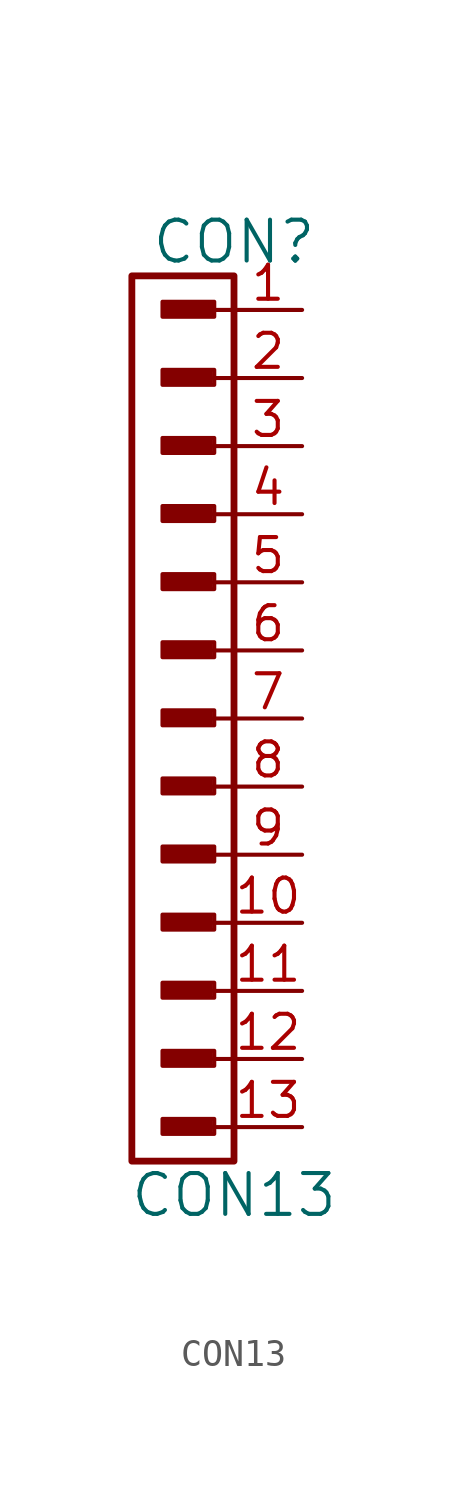
<source format=kicad_sym>
(kicad_symbol_lib
  (version 20211014)
  (generator kicad_symbol_editor)
  (symbol "CON13"
    (pin_names
      (offset 1.016))
    (property "Reference" "CON"
      (at 0 15.24 0)
      (effects (font (size 1.524 1.524))))
    (property "Value" "CON13"
      (at 0 -20.32 0)
      (effects (font (size 1.524 1.524))))
    (symbol "CON13_1_0"
      (rectangle (start -2.642 -17.932) (end -0.864 -17.577) (stroke (width 0) (type default) (color 0 0 0 0)) (fill (type none)))
      (rectangle (start -2.642 -15.392) (end -0.864 -15.037) (stroke (width 0) (type default) (color 0 0 0 0)) (fill (type none)))
      (rectangle (start -2.642 -12.852) (end -0.864 -12.497) (stroke (width 0) (type default) (color 0 0 0 0)) (fill (type none)))
      (rectangle (start -2.642 -10.312) (end -0.864 -9.957) (stroke (width 0) (type default) (color 0 0 0 0)) (fill (type none)))
      (rectangle (start -2.642 -5.232) (end -0.864 -4.877) (stroke (width 0) (type default) (color 0 0 0 0)) (fill (type none)))
      (rectangle (start -2.642 -2.692) (end -0.864 -2.337) (stroke (width 0) (type default) (color 0 0 0 0)) (fill (type none)))
      (rectangle (start -2.642 -0.152) (end -0.864 0.203) (stroke (width 0) (type default) (color 0 0 0 0)) (fill (type none)))
      (rectangle (start -2.642 2.388) (end -0.864 2.743) (stroke (width 0) (type default) (color 0 0 0 0)) (fill (type none)))
      (rectangle (start -2.642 4.928) (end -0.864 5.283) (stroke (width 0) (type default) (color 0 0 0 0)) (fill (type none)))
      (rectangle (start -2.642 7.468) (end -0.864 7.823) (stroke (width 0) (type default) (color 0 0 0 0)) (fill (type none)))
      (rectangle (start -2.642 10.008) (end -0.864 10.363) (stroke (width 0) (type default) (color 0 0 0 0)) (fill (type none)))
      (rectangle (start -2.616 -17.831) (end -0.965 -17.729) (stroke (width 0) (type default) (color 0 0 0 0)) (fill (type none)))
      (rectangle (start -2.616 -15.291) (end -0.965 -15.189) (stroke (width 0) (type default) (color 0 0 0 0)) (fill (type none)))
      (rectangle (start -2.616 -12.751) (end -0.965 -12.649) (stroke (width 0) (type default) (color 0 0 0 0)) (fill (type none)))
      (rectangle (start -2.616 -10.211) (end -0.965 -10.109) (stroke (width 0) (type default) (color 0 0 0 0)) (fill (type none)))
      (rectangle (start -2.616 -7.772) (end -0.838 -7.417) (stroke (width 0) (type default) (color 0 0 0 0)) (fill (type none)))
      (rectangle (start -2.616 -5.131) (end -0.965 -5.029) (stroke (width 0) (type default) (color 0 0 0 0)) (fill (type none)))
      (rectangle (start -2.616 -2.591) (end -0.965 -2.489) (stroke (width 0) (type default) (color 0 0 0 0)) (fill (type none)))
      (rectangle (start -2.616 -0.051) (end -0.965 0.051) (stroke (width 0) (type default) (color 0 0 0 0)) (fill (type none)))
      (rectangle (start -2.616 2.489) (end -0.965 2.591) (stroke (width 0) (type default) (color 0 0 0 0)) (fill (type none)))
      (rectangle (start -2.616 5.029) (end -0.965 5.131) (stroke (width 0) (type default) (color 0 0 0 0)) (fill (type none)))
      (rectangle (start -2.616 7.569) (end -0.965 7.671) (stroke (width 0) (type default) (color 0 0 0 0)) (fill (type none)))
      (rectangle (start -2.616 10.109) (end -0.965 10.211) (stroke (width 0) (type default) (color 0 0 0 0)) (fill (type none)))
      (rectangle (start -2.616 12.548) (end -0.838 12.903) (stroke (width 0) (type default) (color 0 0 0 0)) (fill (type none)))
      (rectangle (start -2.591 -7.645) (end -0.94 -7.544) (stroke (width 0) (type default) (color 0 0 0 0)) (fill (type none)))
      (rectangle (start -2.591 12.675) (end -0.94 12.776) (stroke (width 0) (type default) (color 0 0 0 0)) (fill (type none)))
      (rectangle (start -0.965 -17.653) (end -2.642 -17.856) (stroke (width 0) (type default) (color 0 0 0 0)) (fill (type none)))
      (rectangle (start -0.965 -15.113) (end -2.642 -15.316) (stroke (width 0) (type default) (color 0 0 0 0)) (fill (type none)))
      (rectangle (start -0.965 -12.573) (end -2.642 -12.776) (stroke (width 0) (type default) (color 0 0 0 0)) (fill (type none)))
      (rectangle (start -0.965 -10.033) (end -2.642 -10.236) (stroke (width 0) (type default) (color 0 0 0 0)) (fill (type none)))
      (rectangle (start -0.965 -4.953) (end -2.642 -5.156) (stroke (width 0) (type default) (color 0 0 0 0)) (fill (type none)))
      (rectangle (start -0.965 -2.413) (end -2.642 -2.616) (stroke (width 0) (type default) (color 0 0 0 0)) (fill (type none)))
      (rectangle (start -0.965 0.127) (end -2.642 -0.076) (stroke (width 0) (type default) (color 0 0 0 0)) (fill (type none)))
      (rectangle (start -0.965 2.667) (end -2.642 2.464) (stroke (width 0) (type default) (color 0 0 0 0)) (fill (type none)))
      (rectangle (start -0.965 5.207) (end -2.642 5.004) (stroke (width 0) (type default) (color 0 0 0 0)) (fill (type none)))
      (rectangle (start -0.965 7.747) (end -2.642 7.544) (stroke (width 0) (type default) (color 0 0 0 0)) (fill (type none)))
      (rectangle (start -0.965 10.287) (end -2.642 10.084) (stroke (width 0) (type default) (color 0 0 0 0)) (fill (type none)))
      (rectangle (start -0.864 -7.518) (end -2.54 -7.722) (stroke (width 0) (type default) (color 0 0 0 0)) (fill (type none)))
      (rectangle (start -0.864 12.802) (end -2.54 12.598) (stroke (width 0) (type default) (color 0 0 0 0)) (fill (type none)))
      (rectangle (start -0.737 -17.475) (end -2.667 -18.034) (stroke (width 0) (type default) (color 0 0 0 0)) (fill (type none)))
      (rectangle (start -0.737 -14.935) (end -2.667 -15.494) (stroke (width 0) (type default) (color 0 0 0 0)) (fill (type none)))
      (rectangle (start -0.737 -12.395) (end -2.667 -12.954) (stroke (width 0) (type default) (color 0 0 0 0)) (fill (type none)))
      (rectangle (start -0.737 -9.855) (end -2.667 -10.414) (stroke (width 0) (type default) (color 0 0 0 0)) (fill (type none)))
      (rectangle (start -0.737 -7.315) (end -2.667 -7.874) (stroke (width 0) (type default) (color 0 0 0 0)) (fill (type none)))
      (rectangle (start -0.737 -4.775) (end -2.667 -5.334) (stroke (width 0) (type default) (color 0 0 0 0)) (fill (type none)))
      (rectangle (start -0.737 -2.235) (end -2.667 -2.794) (stroke (width 0) (type default) (color 0 0 0 0)) (fill (type none)))
      (rectangle (start -0.737 0.305) (end -2.667 -0.254) (stroke (width 0) (type default) (color 0 0 0 0)) (fill (type none)))
      (rectangle (start -0.737 2.845) (end -2.667 2.286) (stroke (width 0) (type default) (color 0 0 0 0)) (fill (type none)))
      (rectangle (start -0.737 5.385) (end -2.667 4.826) (stroke (width 0) (type default) (color 0 0 0 0)) (fill (type none)))
      (rectangle (start -0.737 7.925) (end -2.667 7.366) (stroke (width 0) (type default) (color 0 0 0 0)) (fill (type none)))
      (rectangle (start -0.737 10.465) (end -2.667 9.906) (stroke (width 0) (type default) (color 0 0 0 0)) (fill (type none)))
      (rectangle (start -0.737 13.005) (end -2.667 12.446) (stroke (width 0) (type default) (color 0 0 0 0)) (fill (type none)))
      (polyline (pts (xy 0 -17.78) (xy -0.762 -17.78)) (stroke (width 0) (type default) (color 0 0 0 0)) (fill (type none)))
      (polyline (pts (xy 0 -15.24) (xy -0.762 -15.24)) (stroke (width 0) (type default) (color 0 0 0 0)) (fill (type none)))
      (polyline (pts (xy 0 -12.7) (xy -0.762 -12.7)) (stroke (width 0) (type default) (color 0 0 0 0)) (fill (type none)))
      (polyline (pts (xy 0 -10.16) (xy -0.762 -10.16)) (stroke (width 0) (type default) (color 0 0 0 0)) (fill (type none)))
      (polyline (pts (xy 0 -7.62) (xy -0.762 -7.62)) (stroke (width 0) (type default) (color 0 0 0 0)) (fill (type none)))
      (polyline (pts (xy 0 -5.08) (xy -0.762 -5.08)) (stroke (width 0) (type default) (color 0 0 0 0)) (fill (type none)))
      (polyline (pts (xy 0 -2.54) (xy -0.762 -2.54)) (stroke (width 0) (type default) (color 0 0 0 0)) (fill (type none)))
      (polyline (pts (xy 0 0) (xy -0.762 0)) (stroke (width 0) (type default) (color 0 0 0 0)) (fill (type none)))
      (polyline (pts (xy 0 2.54) (xy -0.762 2.54)) (stroke (width 0) (type default) (color 0 0 0 0)) (fill (type none)))
      (polyline (pts (xy 0 5.08) (xy -0.762 5.08)) (stroke (width 0) (type default) (color 0 0 0 0)) (fill (type none)))
      (polyline (pts (xy 0 7.62) (xy -0.762 7.62)) (stroke (width 0) (type default) (color 0 0 0 0)) (fill (type none)))
      (polyline (pts (xy 0 10.16) (xy -0.762 10.16)) (stroke (width 0) (type default) (color 0 0 0 0)) (fill (type none)))
      (polyline (pts (xy 0 12.7) (xy -0.762 12.7)) (stroke (width 0) (type default) (color 0 0 0 0)) (fill (type none))))
    (symbol "CON13_1_1"
      (rectangle (start 0 13.97) (end -3.81 -19.05) (stroke (width 0.254) (type default) (color 0 0 0 0)) (fill (type none)))
      (pin passive line (at 2.54 12.7 180) (length 2.54) (name "~" (effects (font (size 1.27 1.27)))) (number "1" (effects (font (size 1.27 1.27)))))
      (pin passive line (at 2.54 -10.16 180) (length 2.54) (name "~" (effects (font (size 1.27 1.27)))) (number "10" (effects (font (size 1.27 1.27)))))
      (pin passive line (at 2.54 -12.7 180) (length 2.54) (name "~" (effects (font (size 1.27 1.27)))) (number "11" (effects (font (size 1.27 1.27)))))
      (pin passive line (at 2.54 -15.24 180) (length 2.54) (name "~" (effects (font (size 1.27 1.27)))) (number "12" (effects (font (size 1.27 1.27)))))
      (pin passive line (at 2.54 -17.78 180) (length 2.54) (name "~" (effects (font (size 1.27 1.27)))) (number "13" (effects (font (size 1.27 1.27)))))
      (pin passive line (at 2.54 10.16 180) (length 2.54) (name "~" (effects (font (size 1.27 1.27)))) (number "2" (effects (font (size 1.27 1.27)))))
      (pin passive line (at 2.54 7.62 180) (length 2.54) (name "~" (effects (font (size 1.27 1.27)))) (number "3" (effects (font (size 1.27 1.27)))))
      (pin passive line (at 2.54 5.08 180) (length 2.54) (name "~" (effects (font (size 1.27 1.27)))) (number "4" (effects (font (size 1.27 1.27)))))
      (pin passive line (at 2.54 2.54 180) (length 2.54) (name "~" (effects (font (size 1.27 1.27)))) (number "5" (effects (font (size 1.27 1.27)))))
      (pin passive line (at 2.54 0 180) (length 2.54) (name "~" (effects (font (size 1.27 1.27)))) (number "6" (effects (font (size 1.27 1.27)))))
      (pin passive line (at 2.54 -2.54 180) (length 2.54) (name "~" (effects (font (size 1.27 1.27)))) (number "7" (effects (font (size 1.27 1.27)))))
      (pin passive line (at 2.54 -5.08 180) (length 2.54) (name "~" (effects (font (size 1.27 1.27)))) (number "8" (effects (font (size 1.27 1.27)))))
      (pin passive line (at 2.54 -7.62 180) (length 2.54) (name "~" (effects (font (size 1.27 1.27)))) (number "9" (effects (font (size 1.27 1.27))))))))
</source>
